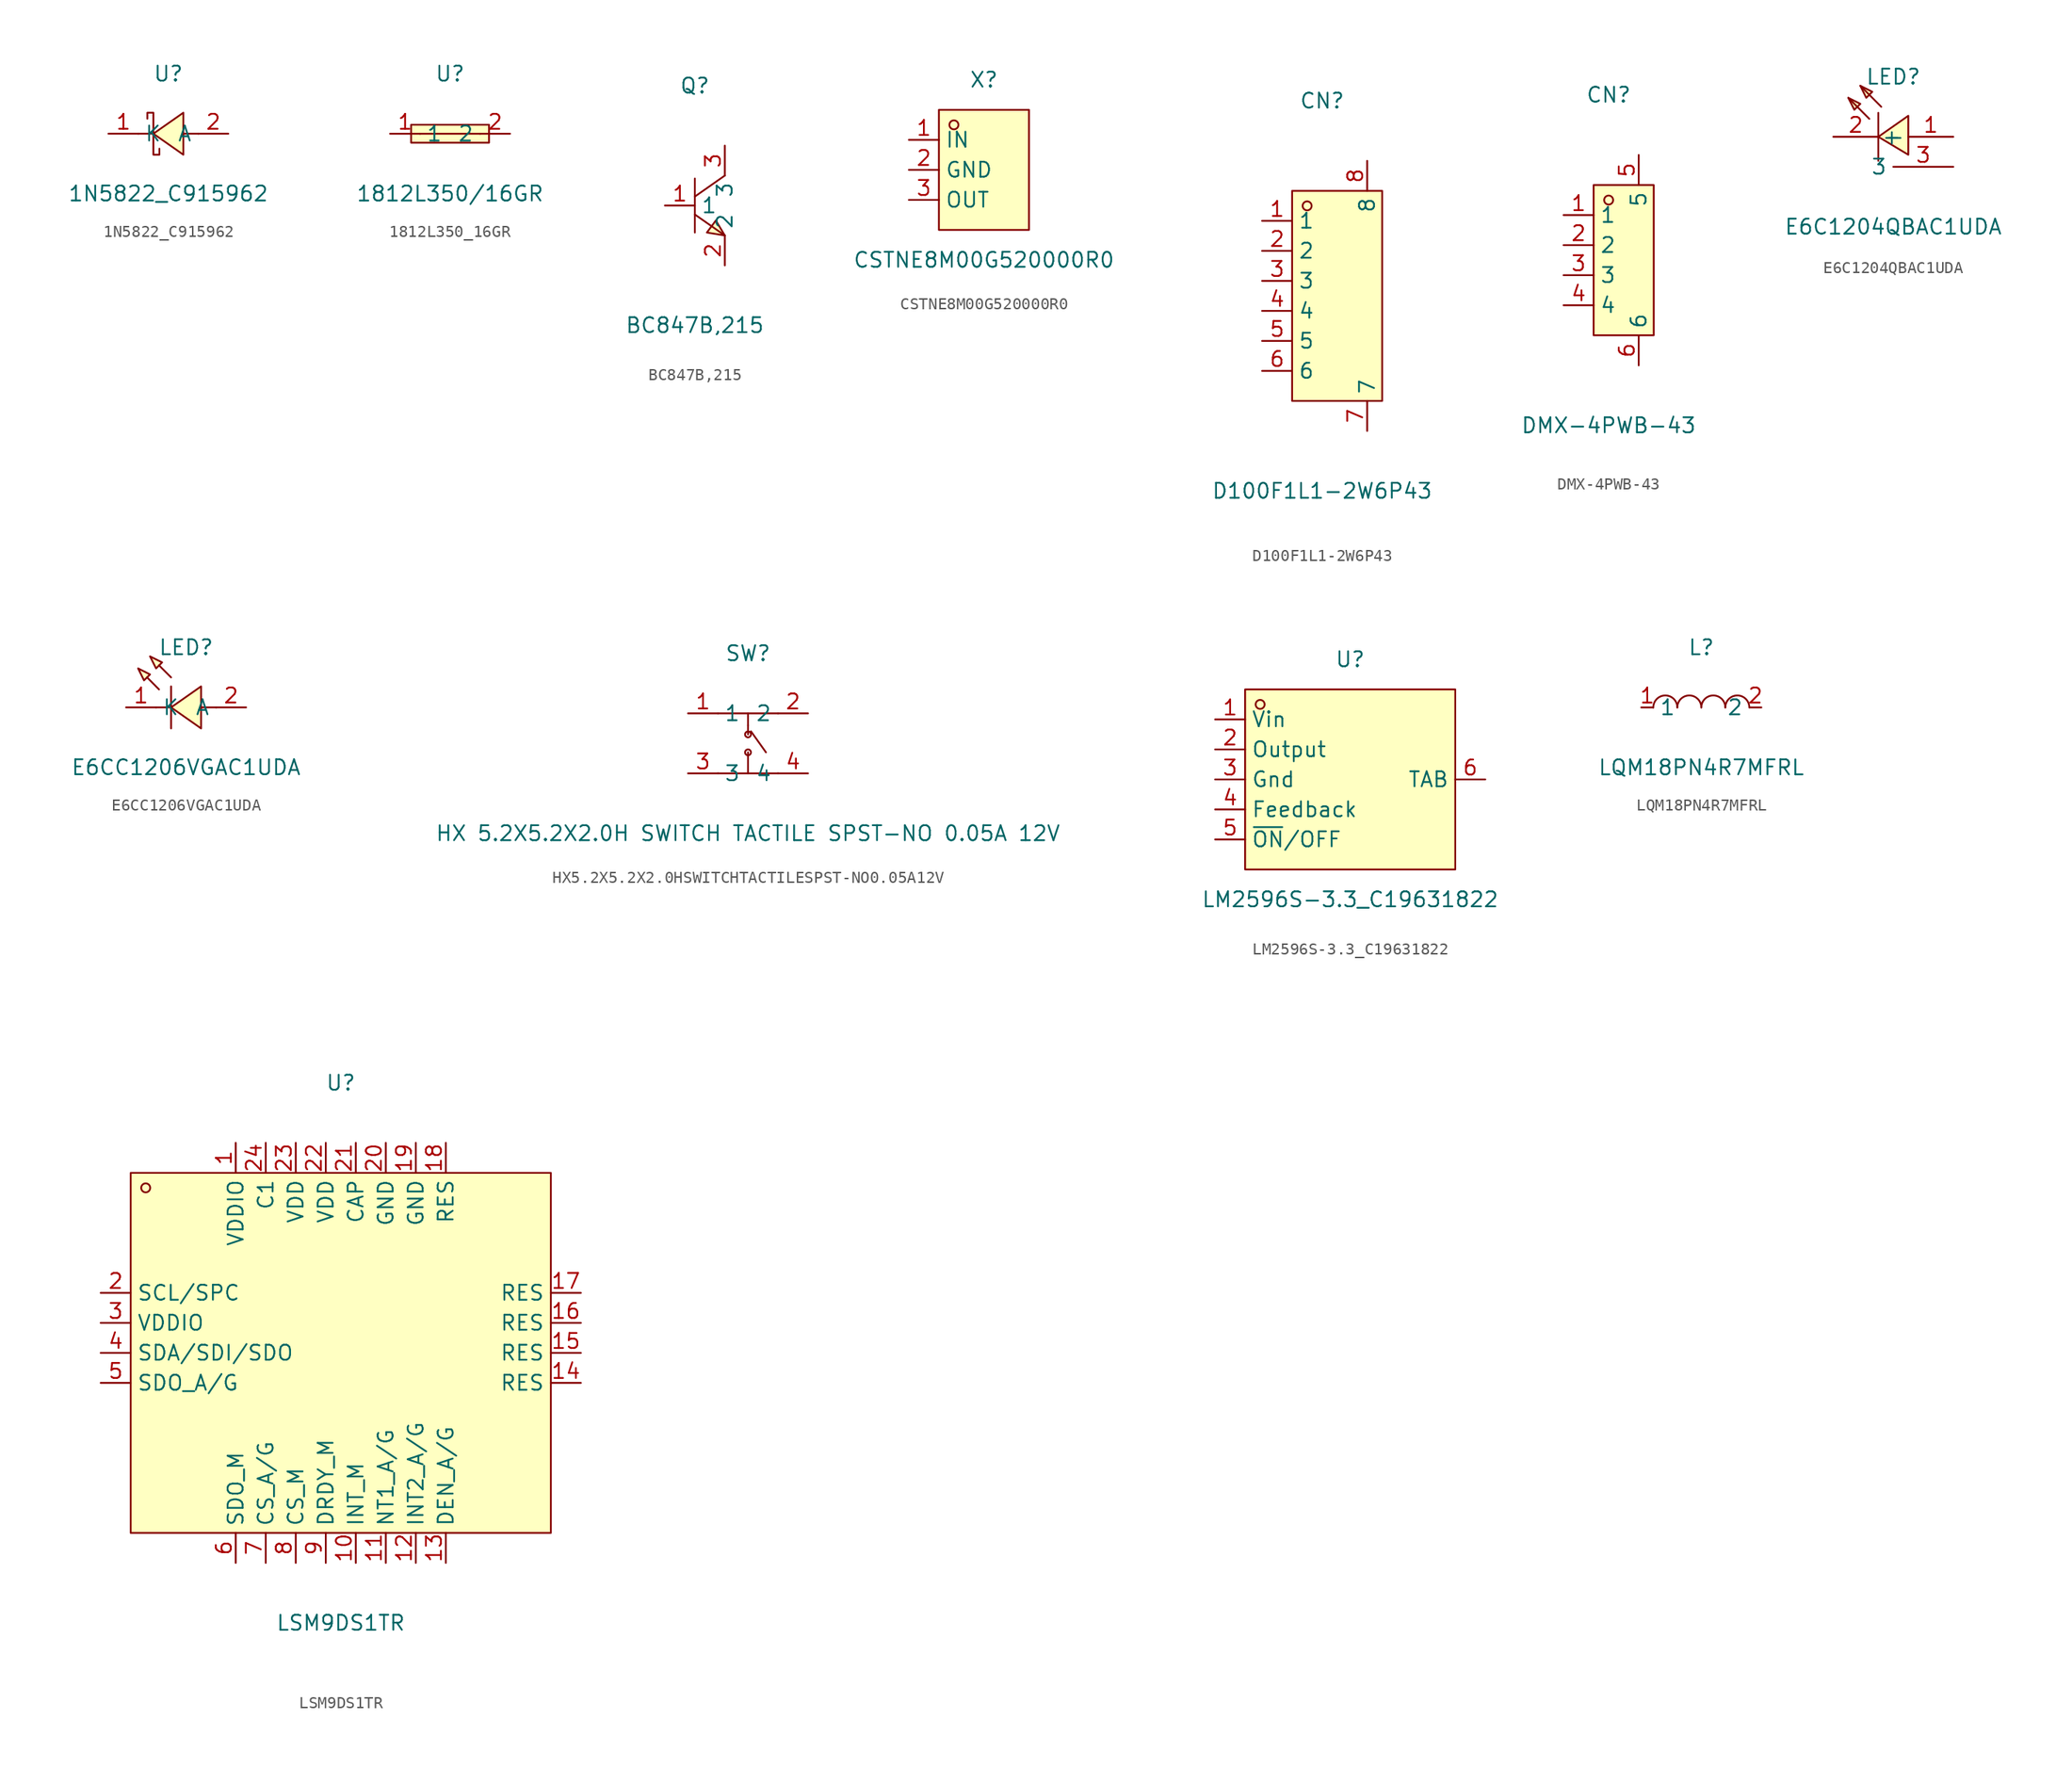
<source format=kicad_sym>
(kicad_symbol_lib
  (version 20211014)
  (generator https://github.com/uPesy/easyeda2kicad.py)
  (symbol "1N5822_C915962"
    (property "Reference" "U"
      (at 0 5.08 0)
      (effects (font (size 1.27 1.27))))
    (property "Value" "1N5822_C915962"
      (at 0 -5.08 0)
      (effects (font (size 1.27 1.27))))
    (symbol "1N5822_C915962_0_1"
      (polyline (pts (xy 1.27 1.78) (xy -1.27 -0.00) (xy 1.27 -1.78) (xy 1.27 1.78)) (stroke (width 0) (type default) (color 0 0 0 0)) (fill (type background)))
      (polyline (pts (xy -1.27 -0.00) (xy -2.54 -0.00)) (stroke (width 0) (type default) (color 0 0 0 0)) (fill (type none)))
      (polyline (pts (xy 2.54 -0.00) (xy 1.27 -0.00)) (stroke (width 0) (type default) (color 0 0 0 0)) (fill (type none)))
      (polyline (pts (xy -1.78 1.27) (xy -1.78 1.78) (xy -1.27 1.78) (xy -1.27 -1.78) (xy -0.76 -1.78) (xy -0.76 -1.27)) (stroke (width 0) (type default) (color 0 0 0 0)) (fill (type none)))
      (pin unspecified line (at -5.08 -0.00 0) (length 2.54) (name "K" (effects (font (size 1.27 1.27)))) (number "1" (effects (font (size 1.27 1.27)))))
      (pin unspecified line (at 5.08 -0.00 180) (length 2.54) (name "A" (effects (font (size 1.27 1.27)))) (number "2" (effects (font (size 1.27 1.27)))))))
  (symbol "1812L350_16GR"
    (property "Reference" "U"
      (at 0 5.08 0)
      (effects (font (size 1.27 1.27))))
    (property "Value" "1812L350/16GR"
      (at 0 -5.08 0)
      (effects (font (size 1.27 1.27))))
    (symbol "1812L350_16GR_0_1"
      (rectangle (start -3.30 0.76) (end 3.30 -0.76) (stroke (width 0) (type default) (color 0 0 0 0)) (fill (type background)))
      (polyline (pts (xy -2.54 -0.00) (xy 2.54 -0.00)) (stroke (width 0) (type default) (color 0 0 0 0)) (fill (type none)))
      (pin unspecified line (at -5.08 -0.00 0) (length 2.54) (name "1" (effects (font (size 1.27 1.27)))) (number "1" (effects (font (size 1.27 1.27)))))
      (pin unspecified line (at 5.08 -0.00 180) (length 2.54) (name "2" (effects (font (size 1.27 1.27)))) (number "2" (effects (font (size 1.27 1.27)))))))
  (symbol "BC847B,215"
    (property "Reference" "Q"
      (at 0 10.16 0)
      (effects (font (size 1.27 1.27))))
    (property "Value" "BC847B,215"
      (at 0 -10.16 0)
      (effects (font (size 1.27 1.27))))
    (symbol "BC847B,215_0_1"
      (polyline (pts (xy 2.54 2.54) (xy 0.00 0.76)) (stroke (width 0) (type default) (color 0 0 0 0)) (fill (type none)))
      (polyline (pts (xy 0.00 -0.76) (xy 2.54 -2.54)) (stroke (width 0) (type default) (color 0 0 0 0)) (fill (type none)))
      (polyline (pts (xy 0.00 2.29) (xy 0.00 -2.29)) (stroke (width 0) (type default) (color 0 0 0 0)) (fill (type none)))
      (polyline (pts (xy 2.54 -2.54) (xy 1.78 -1.27) (xy 1.02 -2.29) (xy 2.54 -2.54)) (stroke (width 0) (type default) (color 0 0 0 0)) (fill (type background)))
      (pin input line (at -2.54 -0.00 0) (length 2.54) (name "1" (effects (font (size 1.27 1.27)))) (number "1" (effects (font (size 1.27 1.27)))))
      (pin input line (at 2.54 5.08 270) (length 2.54) (name "3" (effects (font (size 1.27 1.27)))) (number "3" (effects (font (size 1.27 1.27)))))
      (pin input line (at 2.54 -5.08 90) (length 2.54) (name "2" (effects (font (size 1.27 1.27)))) (number "2" (effects (font (size 1.27 1.27)))))))
  (symbol "CSTNE8M00G520000R0"
    (property "Reference" "X"
      (at 0 7.62 0)
      (effects (font (size 1.27 1.27))))
    (property "Value" "CSTNE8M00G520000R0"
      (at 0 -7.62 0)
      (effects (font (size 1.27 1.27))))
    (symbol "CSTNE8M00G520000R0_0_1"
      (rectangle (start -3.81 5.08) (end 3.81 -5.08) (stroke (width 0) (type default) (color 0 0 0 0)) (fill (type background)))
      (circle (center -2.54 3.81) (radius 0.38) (stroke (width 0) (type default) (color 0 0 0 0)) (fill (type none)))
      (pin unspecified line (at -6.35 2.54 0) (length 2.54) (name "IN" (effects (font (size 1.27 1.27)))) (number "1" (effects (font (size 1.27 1.27)))))
      (pin unspecified line (at -6.35 -0.00 0) (length 2.54) (name "GND" (effects (font (size 1.27 1.27)))) (number "2" (effects (font (size 1.27 1.27)))))
      (pin unspecified line (at -6.35 -2.54 0) (length 2.54) (name "OUT" (effects (font (size 1.27 1.27)))) (number "3" (effects (font (size 1.27 1.27)))))))
  (symbol "D100F1L1-2W6P43"
    (property "Reference" "CN"
      (at 0 16.51 0)
      (effects (font (size 1.27 1.27))))
    (property "Value" "D100F1L1-2W6P43"
      (at 0 -16.51 0)
      (effects (font (size 1.27 1.27))))
    (symbol "D100F1L1-2W6P43_0_1"
      (rectangle (start -2.54 8.89) (end 5.08 -8.89) (stroke (width 0) (type default) (color 0 0 0 0)) (fill (type background)))
      (circle (center -1.27 7.62) (radius 0.38) (stroke (width 0) (type default) (color 0 0 0 0)) (fill (type none)))
      (pin unspecified line (at -5.08 6.35 0) (length 2.54) (name "1" (effects (font (size 1.27 1.27)))) (number "1" (effects (font (size 1.27 1.27)))))
      (pin unspecified line (at -5.08 3.81 0) (length 2.54) (name "2" (effects (font (size 1.27 1.27)))) (number "2" (effects (font (size 1.27 1.27)))))
      (pin unspecified line (at -5.08 1.27 0) (length 2.54) (name "3" (effects (font (size 1.27 1.27)))) (number "3" (effects (font (size 1.27 1.27)))))
      (pin unspecified line (at -5.08 -1.27 0) (length 2.54) (name "4" (effects (font (size 1.27 1.27)))) (number "4" (effects (font (size 1.27 1.27)))))
      (pin unspecified line (at -5.08 -3.81 0) (length 2.54) (name "5" (effects (font (size 1.27 1.27)))) (number "5" (effects (font (size 1.27 1.27)))))
      (pin unspecified line (at -5.08 -6.35 0) (length 2.54) (name "6" (effects (font (size 1.27 1.27)))) (number "6" (effects (font (size 1.27 1.27)))))
      (pin unspecified line (at 3.81 -11.43 90) (length 2.54) (name "7" (effects (font (size 1.27 1.27)))) (number "7" (effects (font (size 1.27 1.27)))))
      (pin unspecified line (at 3.81 11.43 270) (length 2.54) (name "8" (effects (font (size 1.27 1.27)))) (number "8" (effects (font (size 1.27 1.27)))))))
  (symbol "DMX-4PWB-43"
    (property "Reference" "CN"
      (at 0 13.97 0)
      (effects (font (size 1.27 1.27))))
    (property "Value" "DMX-4PWB-43"
      (at 0 -13.97 0)
      (effects (font (size 1.27 1.27))))
    (symbol "DMX-4PWB-43_0_1"
      (rectangle (start -1.27 6.35) (end 3.81 -6.35) (stroke (width 0) (type default) (color 0 0 0 0)) (fill (type background)))
      (circle (center 0.00 5.08) (radius 0.38) (stroke (width 0) (type default) (color 0 0 0 0)) (fill (type none)))
      (pin unspecified line (at -3.81 3.81 0) (length 2.54) (name "1" (effects (font (size 1.27 1.27)))) (number "1" (effects (font (size 1.27 1.27)))))
      (pin unspecified line (at -3.81 1.27 0) (length 2.54) (name "2" (effects (font (size 1.27 1.27)))) (number "2" (effects (font (size 1.27 1.27)))))
      (pin unspecified line (at -3.81 -1.27 0) (length 2.54) (name "3" (effects (font (size 1.27 1.27)))) (number "3" (effects (font (size 1.27 1.27)))))
      (pin unspecified line (at -3.81 -3.81 0) (length 2.54) (name "4" (effects (font (size 1.27 1.27)))) (number "4" (effects (font (size 1.27 1.27)))))
      (pin unspecified line (at 2.54 8.89 270) (length 2.54) (name "5" (effects (font (size 1.27 1.27)))) (number "5" (effects (font (size 1.27 1.27)))))
      (pin unspecified line (at 2.54 -8.89 90) (length 2.54) (name "6" (effects (font (size 1.27 1.27)))) (number "6" (effects (font (size 1.27 1.27)))))))
  (symbol "E6C1204QBAC1UDA"
    (property "Reference" "LED"
      (at 0 5.08 0)
      (effects (font (size 1.27 1.27))))
    (property "Value" "E6C1204QBAC1UDA"
      (at 0 -7.62 0)
      (effects (font (size 1.27 1.27))))
    (symbol "E6C1204QBAC1UDA_0_1"
      (polyline (pts (xy 1.27 -1.52) (xy -1.27 -0.00) (xy 1.27 1.78) (xy 1.27 -1.52)) (stroke (width 0) (type default) (color 0 0 0 0)) (fill (type background)))
      (polyline (pts (xy -2.79 4.32) (xy -1.78 3.81) (xy -2.29 3.30) (xy -2.79 4.32)) (stroke (width 0) (type default) (color 0 0 0 0)) (fill (type background)))
      (polyline (pts (xy -3.81 3.30) (xy -2.79 2.79) (xy -3.30 2.29) (xy -3.81 3.30)) (stroke (width 0) (type default) (color 0 0 0 0)) (fill (type background)))
      (polyline (pts (xy -1.27 2.03) (xy -1.27 -2.03)) (stroke (width 0) (type default) (color 0 0 0 0)) (fill (type none)))
      (polyline (pts (xy -1.02 2.54) (xy -2.79 4.32)) (stroke (width 0) (type default) (color 0 0 0 0)) (fill (type none)))
      (polyline (pts (xy -2.03 1.52) (xy -3.81 3.30)) (stroke (width 0) (type default) (color 0 0 0 0)) (fill (type none)))
      (pin unspecified line (at 5.08 -2.54 180) (length 5.08) (name "3" (effects (font (size 1.27 1.27)))) (number "3" (effects (font (size 1.27 1.27)))))
      (pin unspecified line (at 5.08 -0.00 180) (length 3.81) (name "+" (effects (font (size 1.27 1.27)))) (number "1" (effects (font (size 1.27 1.27)))))
      (pin unspecified line (at -5.08 -0.00 0) (length 3.81) (name "-" (effects (font (size 1.27 1.27)))) (number "2" (effects (font (size 1.27 1.27)))))))
  (symbol "E6CC1206VGAC1UDA"
    (property "Reference" "LED"
      (at 0 5.08 0)
      (effects (font (size 1.27 1.27))))
    (property "Value" "E6CC1206VGAC1UDA"
      (at 0 -5.08 0)
      (effects (font (size 1.27 1.27))))
    (symbol "E6CC1206VGAC1UDA_0_1"
      (polyline (pts (xy -4.06 3.30) (xy -3.05 2.79) (xy -3.56 2.29) (xy -4.06 3.30)) (stroke (width 0) (type default) (color 0 0 0 0)) (fill (type background)))
      (polyline (pts (xy -3.05 4.32) (xy -2.03 3.81) (xy -2.54 3.30) (xy -3.05 4.32)) (stroke (width 0) (type default) (color 0 0 0 0)) (fill (type background)))
      (polyline (pts (xy 1.27 1.78) (xy -1.27 -0.00) (xy 1.27 -1.78) (xy 1.27 1.78)) (stroke (width 0) (type default) (color 0 0 0 0)) (fill (type background)))
      (polyline (pts (xy -2.29 1.52) (xy -3.30 2.54) (xy -2.29 1.52)) (stroke (width 0) (type default) (color 0 0 0 0)) (fill (type background)))
      (polyline (pts (xy -1.27 2.54) (xy -2.29 3.56) (xy -1.27 2.54)) (stroke (width 0) (type default) (color 0 0 0 0)) (fill (type background)))
      (polyline (pts (xy -1.27 -0.00) (xy -2.54 -0.00)) (stroke (width 0) (type default) (color 0 0 0 0)) (fill (type none)))
      (polyline (pts (xy 2.54 -0.00) (xy 1.27 -0.00)) (stroke (width 0) (type default) (color 0 0 0 0)) (fill (type none)))
      (polyline (pts (xy -1.27 1.78) (xy -1.27 -1.78)) (stroke (width 0) (type default) (color 0 0 0 0)) (fill (type none)))
      (pin unspecified line (at -5.08 -0.00 0) (length 2.54) (name "K" (effects (font (size 1.27 1.27)))) (number "1" (effects (font (size 1.27 1.27)))))
      (pin unspecified line (at 5.08 -0.00 180) (length 2.54) (name "A" (effects (font (size 1.27 1.27)))) (number "2" (effects (font (size 1.27 1.27)))))))
  (symbol "HX5.2X5.2X2.0HSWITCHTACTILESPST-NO0.05A12V"
    (property "Reference" "SW"
      (at 0 7.62 0)
      (effects (font (size 1.27 1.27))))
    (property "Value" "HX 5.2X5.2X2.0H SWITCH TACTILE SPST-NO 0.05A 12V"
      (at 0 -7.62 0)
      (effects (font (size 1.27 1.27))))
    (symbol "HX5.2X5.2X2.0HSWITCHTACTILESPST-NO0.05A12V_0_1"
      (circle (center 0.00 -0.76) (radius 0.25) (stroke (width 0) (type default) (color 0 0 0 0)) (fill (type none)))
      (circle (center 0.00 0.76) (radius 0.25) (stroke (width 0) (type default) (color 0 0 0 0)) (fill (type none)))
      (polyline (pts (xy -2.54 2.54) (xy 2.54 2.54)) (stroke (width 0) (type default) (color 0 0 0 0)) (fill (type none)))
      (polyline (pts (xy 2.54 -2.54) (xy -2.54 -2.54)) (stroke (width 0) (type default) (color 0 0 0 0)) (fill (type none)))
      (polyline (pts (xy 0.00 2.54) (xy 0.00 1.52)) (stroke (width 0) (type default) (color 0 0 0 0)) (fill (type none)))
      (polyline (pts (xy 0.00 -2.54) (xy 0.00 -0.76)) (stroke (width 0) (type default) (color 0 0 0 0)) (fill (type none)))
      (polyline (pts (xy 0.00 1.52) (xy 0.00 0.76)) (stroke (width 0) (type default) (color 0 0 0 0)) (fill (type none)))
      (polyline (pts (xy 1.52 -0.76) (xy 0.25 1.02)) (stroke (width 0) (type default) (color 0 0 0 0)) (fill (type none)))
      (pin unspecified line (at -5.08 2.54 0) (length 2.54) (name "1" (effects (font (size 1.27 1.27)))) (number "1" (effects (font (size 1.27 1.27)))))
      (pin unspecified line (at 5.08 2.54 180) (length 2.54) (name "2" (effects (font (size 1.27 1.27)))) (number "2" (effects (font (size 1.27 1.27)))))
      (pin unspecified line (at -5.08 -2.54 0) (length 2.54) (name "3" (effects (font (size 1.27 1.27)))) (number "3" (effects (font (size 1.27 1.27)))))
      (pin unspecified line (at 5.08 -2.54 180) (length 2.54) (name "4" (effects (font (size 1.27 1.27)))) (number "4" (effects (font (size 1.27 1.27)))))))
  (symbol "LM2596S-3.3_C19631822"
    (property "Reference" "U"
      (at 0 10.16 0)
      (effects (font (size 1.27 1.27))))
    (property "Value" "LM2596S-3.3_C19631822"
      (at 0 -10.16 0)
      (effects (font (size 1.27 1.27))))
    (symbol "LM2596S-3.3_C19631822_0_1"
      (rectangle (start -8.89 7.62) (end 8.89 -7.62) (stroke (width 0) (type default) (color 0 0 0 0)) (fill (type background)))
      (circle (center -7.62 6.35) (radius 0.38) (stroke (width 0) (type default) (color 0 0 0 0)) (fill (type none)))
      (pin unspecified line (at -11.43 5.08 0) (length 2.54) (name "Vin" (effects (font (size 1.27 1.27)))) (number "1" (effects (font (size 1.27 1.27)))))
      (pin unspecified line (at -11.43 2.54 0) (length 2.54) (name "Output" (effects (font (size 1.27 1.27)))) (number "2" (effects (font (size 1.27 1.27)))))
      (pin unspecified line (at -11.43 -0.00 0) (length 2.54) (name "Gnd" (effects (font (size 1.27 1.27)))) (number "3" (effects (font (size 1.27 1.27)))))
      (pin unspecified line (at -11.43 -2.54 0) (length 2.54) (name "Feedback" (effects (font (size 1.27 1.27)))) (number "4" (effects (font (size 1.27 1.27)))))
      (pin unspecified line (at -11.43 -5.08 0) (length 2.54) (name "~{ON}/OFF" (effects (font (size 1.27 1.27)))) (number "5" (effects (font (size 1.27 1.27)))))
      (pin unspecified line (at 11.43 -0.00 180) (length 2.54) (name "TAB" (effects (font (size 1.27 1.27)))) (number "6" (effects (font (size 1.27 1.27)))))))
  (symbol "LQM18PN4R7MFRL"
    (property "Reference" "L"
      (at 0 5.08 0)
      (effects (font (size 1.27 1.27))))
    (property "Value" "LQM18PN4R7MFRL"
      (at 0 -5.08 0)
      (effects (font (size 1.27 1.27))))
    (symbol "LQM18PN4R7MFRL_0_1"
      (arc (start -4.06 -0.01) (mid -2.83 0.99) (end -2.03 0.01) (stroke (width 0) (type default) (color 0 0 0 0)) (fill (type none)))
      (arc (start -2.03 -0.01) (mid -0.80 0.99) (end 0.00 0.01) (stroke (width 0) (type default) (color 0 0 0 0)) (fill (type none)))
      (arc (start 2.03 -0.01) (mid 3.26 0.99) (end 4.06 0.01) (stroke (width 0) (type default) (color 0 0 0 0)) (fill (type none)))
      (arc (start 0.00 -0.01) (mid 1.23 0.99) (end 2.03 0.01) (stroke (width 0) (type default) (color 0 0 0 0)) (fill (type none)))
      (pin unspecified line (at 5.08 -0.00 180) (length 1.016) (name "2" (effects (font (size 1.27 1.27)))) (number "2" (effects (font (size 1.27 1.27)))))
      (pin unspecified line (at -5.08 -0.00 0) (length 1.016) (name "1" (effects (font (size 1.27 1.27)))) (number "1" (effects (font (size 1.27 1.27)))))))
  (symbol "LSM9DS1TR"
    (property "Reference" "U"
      (at 0 25.40 0)
      (effects (font (size 1.27 1.27))))
    (property "Value" "LSM9DS1TR"
      (at 0 -20.32 0)
      (effects (font (size 1.27 1.27))))
    (symbol "LSM9DS1TR_0_1"
      (rectangle (start -17.78 17.78) (end 17.78 -12.70) (stroke (width 0) (type default) (color 0 0 0 0)) (fill (type background)))
      (circle (center -16.51 16.51) (radius 0.38) (stroke (width 0) (type default) (color 0 0 0 0)) (fill (type none)))
      (pin unspecified line (at -8.89 20.32 270) (length 2.54) (name "VDDIO" (effects (font (size 1.27 1.27)))) (number "1" (effects (font (size 1.27 1.27)))))
      (pin unspecified line (at -20.32 7.62 0) (length 2.54) (name "SCL/SPC" (effects (font (size 1.27 1.27)))) (number "2" (effects (font (size 1.27 1.27)))))
      (pin unspecified line (at -20.32 5.08 0) (length 2.54) (name "VDDIO" (effects (font (size 1.27 1.27)))) (number "3" (effects (font (size 1.27 1.27)))))
      (pin unspecified line (at -20.32 2.54 0) (length 2.54) (name "SDA/SDI/SDO" (effects (font (size 1.27 1.27)))) (number "4" (effects (font (size 1.27 1.27)))))
      (pin unspecified line (at -20.32 -0.00 0) (length 2.54) (name "SDO_A/G" (effects (font (size 1.27 1.27)))) (number "5" (effects (font (size 1.27 1.27)))))
      (pin unspecified line (at -8.89 -15.24 90) (length 2.54) (name "SDO_M" (effects (font (size 1.27 1.27)))) (number "6" (effects (font (size 1.27 1.27)))))
      (pin unspecified line (at -6.35 -15.24 90) (length 2.54) (name "CS_A/G" (effects (font (size 1.27 1.27)))) (number "7" (effects (font (size 1.27 1.27)))))
      (pin unspecified line (at -3.81 -15.24 90) (length 2.54) (name "CS_M" (effects (font (size 1.27 1.27)))) (number "8" (effects (font (size 1.27 1.27)))))
      (pin unspecified line (at -1.27 -15.24 90) (length 2.54) (name "DRDY_M" (effects (font (size 1.27 1.27)))) (number "9" (effects (font (size 1.27 1.27)))))
      (pin unspecified line (at 1.27 -15.24 90) (length 2.54) (name "INT_M" (effects (font (size 1.27 1.27)))) (number "10" (effects (font (size 1.27 1.27)))))
      (pin unspecified line (at 3.81 -15.24 90) (length 2.54) (name "NT1_A/G" (effects (font (size 1.27 1.27)))) (number "11" (effects (font (size 1.27 1.27)))))
      (pin unspecified line (at 6.35 -15.24 90) (length 2.54) (name "INT2_A/G" (effects (font (size 1.27 1.27)))) (number "12" (effects (font (size 1.27 1.27)))))
      (pin unspecified line (at 8.89 -15.24 90) (length 2.54) (name "DEN_A/G" (effects (font (size 1.27 1.27)))) (number "13" (effects (font (size 1.27 1.27)))))
      (pin unspecified line (at 20.32 -0.00 180) (length 2.54) (name "RES" (effects (font (size 1.27 1.27)))) (number "14" (effects (font (size 1.27 1.27)))))
      (pin unspecified line (at 20.32 2.54 180) (length 2.54) (name "RES" (effects (font (size 1.27 1.27)))) (number "15" (effects (font (size 1.27 1.27)))))
      (pin unspecified line (at 20.32 5.08 180) (length 2.54) (name "RES" (effects (font (size 1.27 1.27)))) (number "16" (effects (font (size 1.27 1.27)))))
      (pin unspecified line (at 20.32 7.62 180) (length 2.54) (name "RES" (effects (font (size 1.27 1.27)))) (number "17" (effects (font (size 1.27 1.27)))))
      (pin unspecified line (at 8.89 20.32 270) (length 2.54) (name "RES" (effects (font (size 1.27 1.27)))) (number "18" (effects (font (size 1.27 1.27)))))
      (pin unspecified line (at 6.35 20.32 270) (length 2.54) (name "GND" (effects (font (size 1.27 1.27)))) (number "19" (effects (font (size 1.27 1.27)))))
      (pin unspecified line (at 3.81 20.32 270) (length 2.54) (name "GND" (effects (font (size 1.27 1.27)))) (number "20" (effects (font (size 1.27 1.27)))))
      (pin unspecified line (at 1.27 20.32 270) (length 2.54) (name "CAP" (effects (font (size 1.27 1.27)))) (number "21" (effects (font (size 1.27 1.27)))))
      (pin unspecified line (at -1.27 20.32 270) (length 2.54) (name "VDD" (effects (font (size 1.27 1.27)))) (number "22" (effects (font (size 1.27 1.27)))))
      (pin unspecified line (at -3.81 20.32 270) (length 2.54) (name "VDD" (effects (font (size 1.27 1.27)))) (number "23" (effects (font (size 1.27 1.27)))))
      (pin unspecified line (at -6.35 20.32 270) (length 2.54) (name "C1" (effects (font (size 1.27 1.27)))) (number "24" (effects (font (size 1.27 1.27))))))))
</source>
